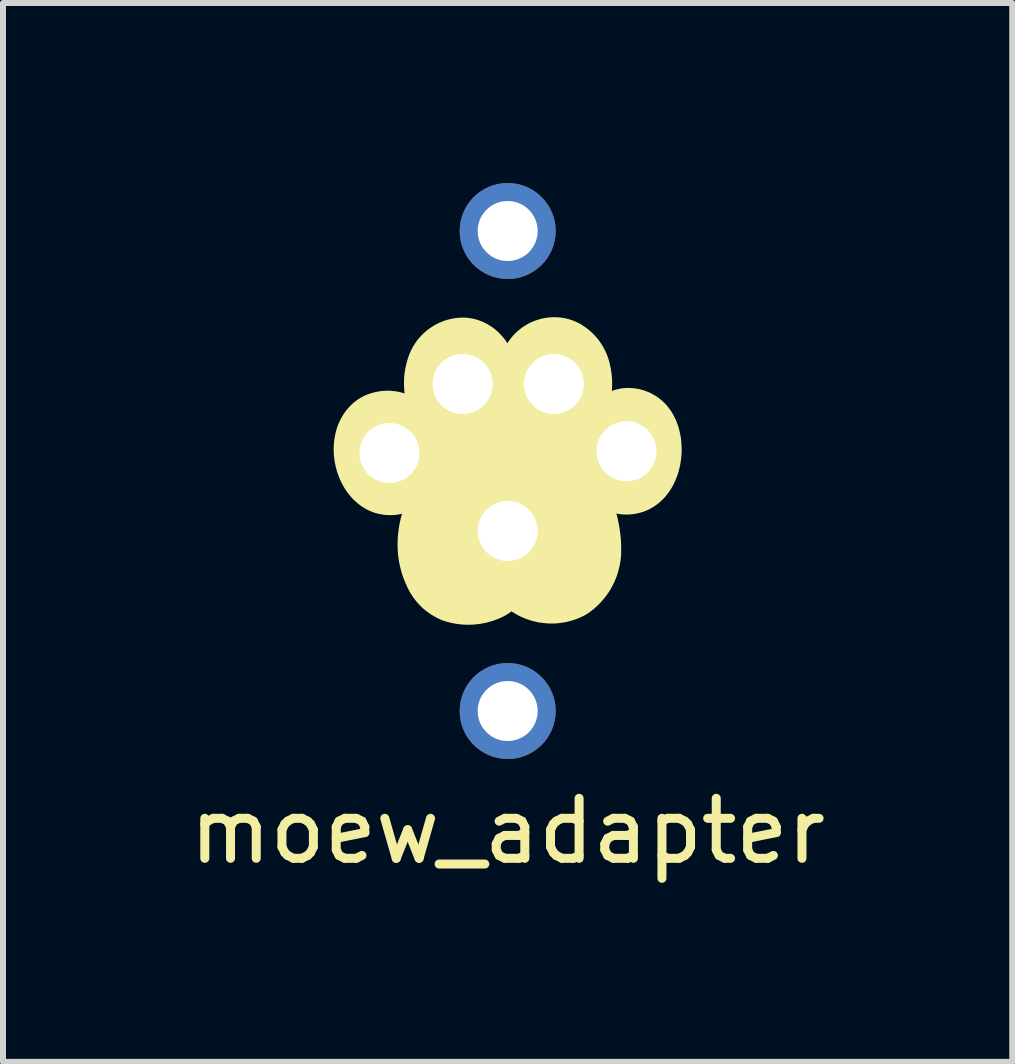
<source format=kicad_pcb>
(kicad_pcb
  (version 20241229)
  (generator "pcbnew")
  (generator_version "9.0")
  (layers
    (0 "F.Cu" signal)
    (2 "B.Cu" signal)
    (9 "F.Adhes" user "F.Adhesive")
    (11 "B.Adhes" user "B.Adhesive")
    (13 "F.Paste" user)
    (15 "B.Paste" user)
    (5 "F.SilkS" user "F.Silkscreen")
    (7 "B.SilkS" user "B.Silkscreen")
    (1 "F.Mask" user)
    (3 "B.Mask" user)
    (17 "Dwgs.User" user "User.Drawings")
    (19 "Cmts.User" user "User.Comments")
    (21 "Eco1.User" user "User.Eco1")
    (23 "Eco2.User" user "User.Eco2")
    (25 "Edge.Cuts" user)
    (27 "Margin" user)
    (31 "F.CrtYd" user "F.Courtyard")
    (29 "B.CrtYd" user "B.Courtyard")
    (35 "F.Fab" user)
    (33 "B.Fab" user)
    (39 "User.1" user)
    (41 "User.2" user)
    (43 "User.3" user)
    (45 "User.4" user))
  (footprint "moew_adapter"
    (layer "F.Cu")
    (at 5.411 4.8)
    (property "Reference" "moew_adapter" (at 0 6 0) (unlocked yes) (layer "F.SilkS") (effects (font (size 1 1) (thickness 0.15))))
    (attr smd)
    (fp_poly (pts (xy -1.283 -1.75) (xy -1.275 -1.774) (xy -1.267 -1.796) (xy -1.258 -1.818) (xy -1.248 -1.84) (xy -1.237 -1.861) (xy -1.225 -1.881) (xy -1.213 -1.901) (xy -1.2 -1.921) (xy -1.186 -1.939) (xy -1.171 -1.957) (xy -1.156 -1.975) (xy -1.139 -1.991) (xy -1.123 -2.007) (xy -1.105 -2.023) (xy -1.088 -2.037) (xy -1.069 -2.051) (xy -1.05 -2.064) (xy -1.03 -2.076) (xy -1.01 -2.088) (xy -0.99 -2.098) (xy -0.969 -2.108) (xy -0.947 -2.117) (xy -0.926 -2.125) (xy -0.904 -2.133) (xy -0.881 -2.139) (xy -0.858 -2.144) (xy -0.835 -2.149) (xy -0.812 -2.152) (xy -0.788 -2.155) (xy -0.764 -2.156) (xy -0.74 -2.157) (xy -0.716 -2.156) (xy -0.662 -2.148) (xy -0.611 -2.134) (xy -0.563 -2.115) (xy -0.518 -2.09) (xy -0.476 -2.062) (xy -0.436 -2.028) (xy -0.4 -1.991) (xy -0.367 -1.951) (xy -0.336 -1.907) (xy -0.309 -1.86) (xy -0.285 -1.81) (xy -0.264 -1.759) (xy -0.245 -1.705) (xy -0.23 -1.65) (xy -0.218 -1.594) (xy -0.21 -1.536) (xy -0.204 -1.479) (xy -0.202 -1.421) (xy -0.203 -1.363) (xy -0.207 -1.305) (xy -0.214 -1.249) (xy -0.225 -1.193) (xy -0.239 -1.139) (xy -0.256 -1.087) (xy -0.277 -1.037) (xy -0.301 -0.989) (xy -0.328 -0.945) (xy -0.359 -0.903) (xy -0.393 -0.865) (xy -0.431 -0.831) (xy -0.473 -0.801) (xy -0.517 -0.776) (xy -0.573 -0.751) (xy -0.627 -0.732) (xy -0.679 -0.719) (xy -0.73 -0.712) (xy -0.779 -0.709) (xy -0.826 -0.712) (xy -0.871 -0.719) (xy -0.915 -0.731) (xy -0.956 -0.748) (xy -0.996 -0.768) (xy -1.034 -0.792) (xy -1.069 -0.819) (xy -1.103 -0.85) (xy -1.134 -0.884) (xy -1.164 -0.921) (xy -1.191 -0.961) (xy -1.215 -1.002) (xy -1.238 -1.046) (xy -1.258 -1.092) (xy -1.276 -1.14) (xy -1.291 -1.189) (xy -1.304 -1.239) (xy -1.314 -1.29) (xy -1.321 -1.341) (xy -1.326 -1.393) (xy -1.328 -1.446) (xy -1.328 -1.498) (xy -1.325 -1.55) (xy -1.318 -1.601) (xy -1.309 -1.652) (xy -1.297 -1.702) (xy -1.283 -1.75)) (stroke (width 0.8) (type solid)) (fill yes) (layer "F.SilkS"))
    (fp_poly (pts (xy 1.502 -0.555) (xy 1.514 -0.593) (xy 1.528 -0.631) (xy 1.545 -0.667) (xy 1.564 -0.701) (xy 1.585 -0.734) (xy 1.609 -0.766) (xy 1.634 -0.796) (xy 1.661 -0.824) (xy 1.69 -0.85) (xy 1.72 -0.875) (xy 1.752 -0.897) (xy 1.786 -0.918) (xy 1.821 -0.936) (xy 1.857 -0.952) (xy 1.895 -0.966) (xy 1.933 -0.977) (xy 1.965 -0.982) (xy 1.997 -0.984) (xy 2.029 -0.984) (xy 2.061 -0.981) (xy 2.092 -0.977) (xy 2.123 -0.97) (xy 2.153 -0.961) (xy 2.182 -0.95) (xy 2.211 -0.937) (xy 2.238 -0.922) (xy 2.265 -0.906) (xy 2.29 -0.887) (xy 2.314 -0.866) (xy 2.337 -0.844) (xy 2.358 -0.82) (xy 2.378 -0.794) (xy 2.402 -0.758) (xy 2.423 -0.718) (xy 2.442 -0.677) (xy 2.458 -0.634) (xy 2.471 -0.589) (xy 2.482 -0.542) (xy 2.491 -0.495) (xy 2.496 -0.446) (xy 2.499 -0.397) (xy 2.5 -0.348) (xy 2.498 -0.298) (xy 2.493 -0.249) (xy 2.486 -0.199) (xy 2.476 -0.151) (xy 2.464 -0.103) (xy 2.45 -0.057) (xy 2.432 -0.012) (xy 2.413 0.031) (xy 2.391 0.073) (xy 2.366 0.112) (xy 2.339 0.149) (xy 2.309 0.183) (xy 2.277 0.214) (xy 2.243 0.241) (xy 2.206 0.266) (xy 2.167 0.286) (xy 2.125 0.303) (xy 2.081 0.315) (xy 2.035 0.323) (xy 1.986 0.326) (xy 1.935 0.324) (xy 1.881 0.316) (xy 1.845 0.308) (xy 1.811 0.298) (xy 1.779 0.286) (xy 1.748 0.271) (xy 1.719 0.255) (xy 1.691 0.237) (xy 1.665 0.217) (xy 1.641 0.195) (xy 1.618 0.172) (xy 1.597 0.147) (xy 1.577 0.122) (xy 1.559 0.094) (xy 1.543 0.066) (xy 1.528 0.037) (xy 1.514 0.006) (xy 1.502 -0.025) (xy 1.492 -0.057) (xy 1.482 -0.089) (xy 1.475 -0.122) (xy 1.469 -0.156) (xy 1.464 -0.19) (xy 1.461 -0.224) (xy 1.459 -0.258) (xy 1.458 -0.292) (xy 1.459 -0.326) (xy 1.461 -0.36) (xy 1.464 -0.394) (xy 1.469 -0.427) (xy 1.475 -0.46) (xy 1.483 -0.492) (xy 1.492 -0.524) (xy 1.502 -0.555)) (stroke (width 0.8) (type solid)) (fill yes) (layer "F.SilkS"))
    (fp_poly (pts (xy -2.156 0.29) (xy -2.191 0.27) (xy -2.225 0.246) (xy -2.257 0.22) (xy -2.288 0.192) (xy -2.316 0.161) (xy -2.343 0.128) (xy -2.368 0.093) (xy -2.39 0.056) (xy -2.411 0.017) (xy -2.43 -0.023) (xy -2.446 -0.064) (xy -2.461 -0.107) (xy -2.473 -0.15) (xy -2.483 -0.194) (xy -2.491 -0.238) (xy -2.496 -0.283) (xy -2.499 -0.328) (xy -2.5 -0.372) (xy -2.498 -0.417) (xy -2.494 -0.461) (xy -2.487 -0.504) (xy -2.478 -0.547) (xy -2.467 -0.588) (xy -2.452 -0.628) (xy -2.435 -0.667) (xy -2.415 -0.704) (xy -2.393 -0.739) (xy -2.368 -0.773) (xy -2.339 -0.804) (xy -2.309 -0.833) (xy -2.275 -0.859) (xy -2.238 -0.882) (xy -2.215 -0.893) (xy -2.192 -0.902) (xy -2.169 -0.911) (xy -2.146 -0.918) (xy -2.122 -0.924) (xy -2.099 -0.929) (xy -2.075 -0.933) (xy -2.051 -0.936) (xy -2.027 -0.938) (xy -2.004 -0.938) (xy -1.98 -0.938) (xy -1.956 -0.936) (xy -1.91 -0.93) (xy -1.864 -0.92) (xy -1.819 -0.905) (xy -1.775 -0.887) (xy -1.754 -0.876) (xy -1.734 -0.864) (xy -1.713 -0.852) (xy -1.694 -0.838) (xy -1.675 -0.824) (xy -1.656 -0.808) (xy -1.639 -0.792) (xy -1.621 -0.775) (xy -1.605 -0.757) (xy -1.589 -0.738) (xy -1.575 -0.718) (xy -1.56 -0.697) (xy -1.532 -0.651) (xy -1.508 -0.604) (xy -1.487 -0.555) (xy -1.47 -0.506) (xy -1.456 -0.455) (xy -1.446 -0.404) (xy -1.439 -0.353) (xy -1.436 -0.301) (xy -1.436 -0.249) (xy -1.44 -0.197) (xy -1.448 -0.146) (xy -1.459 -0.095) (xy -1.474 -0.044) (xy -1.493 0.005) (xy -1.515 0.054) (xy -1.54 0.101) (xy -1.55 0.115) (xy -1.56 0.129) (xy -1.571 0.143) (xy -1.582 0.156) (xy -1.593 0.169) (xy -1.605 0.181) (xy -1.617 0.193) (xy -1.63 0.205) (xy -1.643 0.216) (xy -1.657 0.226) (xy -1.67 0.237) (xy -1.684 0.246) (xy -1.699 0.256) (xy -1.714 0.264) (xy -1.729 0.273) (xy -1.744 0.281) (xy -1.768 0.293) (xy -1.793 0.304) (xy -1.818 0.313) (xy -1.844 0.321) (xy -1.87 0.327) (xy -1.896 0.331) (xy -1.922 0.334) (xy -1.949 0.336) (xy -1.975 0.335) (xy -2.002 0.334) (xy -2.028 0.33) (xy -2.054 0.325) (xy -2.08 0.319) (xy -2.106 0.311) (xy -2.131 0.301) (xy -2.156 0.29)) (stroke (width 0.8) (type solid)) (fill yes) (layer "F.SilkS"))
    (fp_poly (pts (xy 1.006 -2.107) (xy 1.035 -2.089) (xy 1.063 -2.07) (xy 1.089 -2.05) (xy 1.115 -2.029) (xy 1.139 -2.006) (xy 1.162 -1.982) (xy 1.184 -1.957) (xy 1.204 -1.931) (xy 1.223 -1.904) (xy 1.24 -1.876) (xy 1.256 -1.847) (xy 1.271 -1.818) (xy 1.284 -1.787) (xy 1.295 -1.756) (xy 1.305 -1.724) (xy 1.313 -1.691) (xy 1.323 -1.648) (xy 1.33 -1.604) (xy 1.336 -1.56) (xy 1.34 -1.516) (xy 1.341 -1.472) (xy 1.341 -1.428) (xy 1.339 -1.385) (xy 1.335 -1.341) (xy 1.329 -1.297) (xy 1.321 -1.254) (xy 1.311 -1.211) (xy 1.299 -1.169) (xy 1.286 -1.127) (xy 1.27 -1.086) (xy 1.253 -1.045) (xy 1.233 -1.005) (xy 1.219 -0.982) (xy 1.204 -0.96) (xy 1.188 -0.939) (xy 1.171 -0.919) (xy 1.153 -0.9) (xy 1.135 -0.882) (xy 1.116 -0.865) (xy 1.096 -0.849) (xy 1.075 -0.833) (xy 1.054 -0.819) (xy 1.032 -0.806) (xy 1.01 -0.794) (xy 0.987 -0.783) (xy 0.963 -0.774) (xy 0.94 -0.765) (xy 0.916 -0.757) (xy 0.891 -0.751) (xy 0.867 -0.745) (xy 0.842 -0.741) (xy 0.817 -0.738) (xy 0.791 -0.736) (xy 0.766 -0.735) (xy 0.74 -0.736) (xy 0.715 -0.737) (xy 0.689 -0.74) (xy 0.664 -0.744) (xy 0.639 -0.749) (xy 0.613 -0.756) (xy 0.588 -0.764) (xy 0.563 -0.773) (xy 0.539 -0.783) (xy 0.515 -0.795) (xy 0.48 -0.814) (xy 0.447 -0.836) (xy 0.417 -0.859) (xy 0.388 -0.884) (xy 0.362 -0.911) (xy 0.339 -0.939) (xy 0.317 -0.969) (xy 0.297 -1) (xy 0.279 -1.032) (xy 0.264 -1.066) (xy 0.25 -1.1) (xy 0.238 -1.136) (xy 0.228 -1.172) (xy 0.219 -1.209) (xy 0.212 -1.247) (xy 0.207 -1.285) (xy 0.204 -1.324) (xy 0.202 -1.363) (xy 0.202 -1.441) (xy 0.209 -1.52) (xy 0.221 -1.597) (xy 0.237 -1.673) (xy 0.259 -1.746) (xy 0.284 -1.815) (xy 0.314 -1.881) (xy 0.323 -1.899) (xy 0.334 -1.916) (xy 0.344 -1.933) (xy 0.356 -1.949) (xy 0.368 -1.965) (xy 0.38 -1.98) (xy 0.393 -1.995) (xy 0.407 -2.009) (xy 0.421 -2.023) (xy 0.436 -2.036) (xy 0.451 -2.048) (xy 0.466 -2.06) (xy 0.482 -2.072) (xy 0.498 -2.082) (xy 0.515 -2.092) (xy 0.532 -2.102) (xy 0.549 -2.111) (xy 0.567 -2.119) (xy 0.585 -2.126) (xy 0.603 -2.133) (xy 0.621 -2.139) (xy 0.64 -2.145) (xy 0.659 -2.15) (xy 0.678 -2.154) (xy 0.698 -2.157) (xy 0.717 -2.16) (xy 0.737 -2.162) (xy 0.757 -2.163) (xy 0.776 -2.163) (xy 0.797 -2.163) (xy 0.817 -2.162) (xy 0.837 -2.16) (xy 0.848 -2.158) (xy 0.859 -2.157) (xy 0.87 -2.155) (xy 0.881 -2.153) (xy 0.892 -2.15) (xy 0.903 -2.147) (xy 0.913 -2.144) (xy 0.924 -2.141) (xy 0.935 -2.138) (xy 0.945 -2.134) (xy 0.956 -2.13) (xy 0.966 -2.126) (xy 0.976 -2.121) (xy 0.986 -2.117) (xy 0.996 -2.112) (xy 1.006 -2.107)) (stroke (width 0.8) (type solid)) (fill yes) (layer "F.SilkS"))
    (fp_poly (pts (xy 0.036 1.917) (xy 0.03 1.917) (xy 0.019 1.918) (xy 0.008 1.92) (xy -0.003 1.921) (xy -0.013 1.924) (xy -0.023 1.927) (xy -0.033 1.93) (xy -0.043 1.934) (xy -0.053 1.938) (xy -0.072 1.948) (xy -0.09 1.958) (xy -0.108 1.97) (xy -0.126 1.983) (xy -0.196 2.034) (xy -0.214 2.046) (xy -0.233 2.058) (xy -0.252 2.068) (xy -0.261 2.073) (xy -0.271 2.077) (xy -0.31 2.094) (xy -0.35 2.109) (xy -0.39 2.122) (xy -0.431 2.134) (xy -0.472 2.143) (xy -0.513 2.151) (xy -0.554 2.156) (xy -0.596 2.16) (xy -0.638 2.162) (xy -0.68 2.162) (xy -0.722 2.16) (xy -0.764 2.156) (xy -0.806 2.15) (xy -0.847 2.142) (xy -0.888 2.132) (xy -0.929 2.121) (xy -0.961 2.108) (xy -0.991 2.094) (xy -1.021 2.078) (xy -1.049 2.061) (xy -1.077 2.043) (xy -1.104 2.023) (xy -1.13 2.003) (xy -1.155 1.981) (xy -1.178 1.957) (xy -1.201 1.933) (xy -1.222 1.908) (xy -1.243 1.881) (xy -1.261 1.854) (xy -1.279 1.825) (xy -1.295 1.796) (xy -1.31 1.766) (xy -1.341 1.698) (xy -1.367 1.63) (xy -1.389 1.561) (xy -1.406 1.492) (xy -1.42 1.423) (xy -1.429 1.354) (xy -1.434 1.284) (xy -1.435 1.215) (xy -1.433 1.146) (xy -1.427 1.078) (xy -1.418 1.009) (xy -1.406 0.941) (xy -1.39 0.873) (xy -1.371 0.806) (xy -1.324 0.674) (xy -1.267 0.545) (xy -1.2 0.42) (xy -1.124 0.299) (xy -1.04 0.183) (xy -0.948 0.073) (xy -0.851 -0.03) (xy -0.749 -0.127) (xy -0.643 -0.217) (xy -0.615 -0.241) (xy -0.586 -0.264) (xy -0.556 -0.287) (xy -0.526 -0.309) (xy -0.495 -0.33) (xy -0.464 -0.35) (xy -0.433 -0.369) (xy -0.4 -0.388) (xy -0.368 -0.406) (xy -0.335 -0.422) (xy -0.301 -0.438) (xy -0.267 -0.453) (xy -0.233 -0.468) (xy -0.198 -0.481) (xy -0.163 -0.493) (xy -0.128 -0.505) (xy -0.094 -0.512) (xy -0.059 -0.518) (xy -0.025 -0.521) (xy 0.009 -0.522) (xy 0.043 -0.521) (xy 0.077 -0.519) (xy 0.111 -0.515) (xy 0.145 -0.509) (xy 0.178 -0.501) (xy 0.212 -0.492) (xy 0.278 -0.47) (xy 0.344 -0.443) (xy 0.408 -0.411) (xy 0.471 -0.376) (xy 0.532 -0.337) (xy 0.592 -0.296) (xy 0.65 -0.253) (xy 0.706 -0.209) (xy 0.759 -0.165) (xy 0.859 -0.076) (xy 0.936 -0.006) (xy 1.008 0.067) (xy 1.076 0.145) (xy 1.139 0.225) (xy 1.197 0.309) (xy 1.25 0.396) (xy 1.299 0.485) (xy 1.342 0.578) (xy 1.38 0.672) (xy 1.412 0.768) (xy 1.44 0.866) (xy 1.461 0.966) (xy 1.477 1.067) (xy 1.488 1.17) (xy 1.492 1.273) (xy 1.491 1.377) (xy 1.486 1.428) (xy 1.478 1.479) (xy 1.467 1.529) (xy 1.454 1.578) (xy 1.438 1.626) (xy 1.419 1.673) (xy 1.397 1.719) (xy 1.373 1.763) (xy 1.346 1.806) (xy 1.317 1.847) (xy 1.285 1.886) (xy 1.251 1.924) (xy 1.215 1.96) (xy 1.176 1.994) (xy 1.136 2.025) (xy 1.093 2.054) (xy 1.045 2.077) (xy 0.996 2.096) (xy 0.946 2.112) (xy 0.895 2.125) (xy 0.843 2.134) (xy 0.792 2.14) (xy 0.74 2.142) (xy 0.688 2.141) (xy 0.636 2.136) (xy 0.585 2.129) (xy 0.534 2.117) (xy 0.484 2.103) (xy 0.435 2.085) (xy 0.387 2.064) (xy 0.34 2.04) (xy 0.294 2.012) (xy 0.28 2.002) (xy 0.265 1.993) (xy 0.25 1.984) (xy 0.235 1.976) (xy 0.219 1.968) (xy 0.204 1.96) (xy 0.188 1.954) (xy 0.171 1.947) (xy 0.155 1.942) (xy 0.138 1.937) (xy 0.122 1.932) (xy 0.105 1.928) (xy 0.088 1.924) (xy 0.071 1.922) (xy 0.053 1.919) (xy 0.036 1.917)) (stroke (width 0.8) (type solid)) (fill yes) (layer "F.SilkS"))
    (pad "1" thru_hole circle (at 0 1) (size 1.6 1.6) (drill 1) (layers "*.Cu" "*.Mask"))
    (pad "2" thru_hole custom (at -1.97 -0.3) (size 1 1) (drill 1) (layers "*.Cu" "*.Mask") (options (anchor circle)) (primitives (gr_poly (pts (xy 0.446 -0.421) (xy 0.431 -0.444) (xy 0.415 -0.466) (xy 0.398 -0.486) (xy 0.38 -0.506) (xy 0.361 -0.525) (xy 0.342 -0.542) (xy 0.322 -0.559) (xy 0.301 -0.575) (xy 0.28 -0.59) (xy 0.258 -0.603) (xy 0.235 -0.616) (xy 0.212 -0.627) (xy 0.189 -0.638) (xy 0.165 -0.647) (xy 0.141 -0.656) (xy 0.116 -0.663) (xy 0.091 -0.669) (xy 0.066 -0.674) (xy 0.041 -0.678) (xy 0.016 -0.681) (xy -0.01 -0.682) (xy -0.036 -0.683) (xy -0.062 -0.682) (xy -0.087 -0.68) (xy -0.113 -0.677) (xy -0.139 -0.672) (xy -0.165 -0.667) (xy -0.19 -0.66) (xy -0.216 -0.652) (xy -0.241 -0.643) (xy -0.265 -0.632) (xy -0.29 -0.62) (xy -0.308 -0.608) (xy -0.325 -0.596) (xy -0.342 -0.583) (xy -0.359 -0.569) (xy -0.375 -0.555) (xy -0.39 -0.54) (xy -0.405 -0.525) (xy -0.419 -0.509) (xy -0.433 -0.493) (xy -0.446 -0.477) (xy -0.458 -0.46) (xy -0.47 -0.443) (xy -0.482 -0.425) (xy -0.492 -0.407) (xy -0.503 -0.389) (xy -0.512 -0.371) (xy -0.521 -0.352) (xy -0.529 -0.332) (xy -0.537 -0.313) (xy -0.544 -0.293) (xy -0.55 -0.273) (xy -0.556 -0.253) (xy -0.561 -0.233) (xy -0.565 -0.212) (xy -0.569 -0.191) (xy -0.572 -0.17) (xy -0.574 -0.149) (xy -0.575 -0.128) (xy -0.576 -0.107) (xy -0.576 -0.085) (xy -0.575 -0.064) (xy -0.574 -0.042) (xy -0.573 0.009) (xy -0.569 0.059) (xy -0.561 0.109) (xy -0.551 0.158) (xy -0.537 0.206) (xy -0.52 0.252) (xy -0.501 0.298) (xy -0.478 0.342) (xy -0.453 0.385) (xy -0.425 0.426) (xy -0.395 0.465) (xy -0.362 0.502) (xy -0.326 0.537) (xy -0.288 0.57) (xy -0.248 0.601) (xy -0.206 0.629) (xy -0.193 0.635) (xy -0.181 0.641) (xy -0.169 0.646) (xy -0.156 0.651) (xy -0.143 0.656) (xy -0.13 0.66) (xy -0.117 0.663) (xy -0.104 0.667) (xy -0.091 0.67) (xy -0.078 0.672) (xy -0.064 0.675) (xy -0.051 0.676) (xy -0.037 0.678) (xy -0.024 0.679) (xy -0.01 0.679) (xy 0.004 0.68) (xy 0.038 0.678) (xy 0.073 0.674) (xy 0.107 0.668) (xy 0.14 0.66) (xy 0.173 0.65) (xy 0.205 0.638) (xy 0.236 0.625) (xy 0.266 0.609) (xy 0.296 0.592) (xy 0.324 0.573) (xy 0.351 0.552) (xy 0.377 0.53) (xy 0.401 0.506) (xy 0.425 0.48) (xy 0.446 0.454) (xy 0.467 0.425) (xy 0.494 0.375) (xy 0.517 0.324) (xy 0.537 0.271) (xy 0.553 0.218) (xy 0.565 0.164) (xy 0.573 0.109) (xy 0.578 0.054) (xy 0.578 -0.001) (xy 0.575 -0.056) (xy 0.568 -0.111) (xy 0.557 -0.165) (xy 0.542 -0.219) (xy 0.524 -0.271) (xy 0.502 -0.323) (xy 0.476 -0.373)) (width 0.1) (fill yes))))
    (pad "3" thru_hole custom (at -0.75 -1.45) (size 1 1) (drill 1) (layers "*.Cu" "*.Mask") (options (anchor circle)) (primitives (gr_poly (pts (xy -0.027 0.784) (xy -0.009 0.784) (xy 0.009 0.783) (xy 0.027 0.781) (xy 0.045 0.779) (xy 0.063 0.776) (xy 0.081 0.773) (xy 0.099 0.769) (xy 0.117 0.765) (xy 0.134 0.761) (xy 0.151 0.755) (xy 0.169 0.75) (xy 0.186 0.743) (xy 0.203 0.737) (xy 0.219 0.73) (xy 0.236 0.722) (xy 0.252 0.714) (xy 0.278 0.696) (xy 0.303 0.676) (xy 0.327 0.656) (xy 0.35 0.635) (xy 0.373 0.614) (xy 0.394 0.591) (xy 0.414 0.568) (xy 0.434 0.544) (xy 0.452 0.52) (xy 0.469 0.494) (xy 0.486 0.469) (xy 0.501 0.442) (xy 0.515 0.416) (xy 0.529 0.388) (xy 0.541 0.36) (xy 0.552 0.332) (xy 0.562 0.303) (xy 0.571 0.274) (xy 0.579 0.245) (xy 0.586 0.215) (xy 0.591 0.185) (xy 0.596 0.155) (xy 0.599 0.125) (xy 0.601 0.094) (xy 0.602 0.064) (xy 0.602 0.033) (xy 0.6 0.002) (xy 0.598 -0.029) (xy 0.594 -0.06) (xy 0.589 -0.091) (xy 0.582 -0.122) (xy 0.575 -0.153) (xy 0.572 -0.181) (xy 0.568 -0.208) (xy 0.564 -0.235) (xy 0.558 -0.262) (xy 0.551 -0.288) (xy 0.543 -0.314) (xy 0.533 -0.339) (xy 0.523 -0.364) (xy 0.512 -0.389) (xy 0.5 -0.413) (xy 0.473 -0.459) (xy 0.443 -0.502) (xy 0.409 -0.543) (xy 0.372 -0.581) (xy 0.332 -0.616) (xy 0.289 -0.648) (xy 0.267 -0.662) (xy 0.244 -0.676) (xy 0.22 -0.689) (xy 0.196 -0.701) (xy 0.171 -0.711) (xy 0.146 -0.721) (xy 0.12 -0.73) (xy 0.093 -0.738) (xy 0.066 -0.744) (xy 0.039 -0.75) (xy 0.013 -0.751) (xy -0.013 -0.75) (xy -0.039 -0.749) (xy -0.065 -0.747) (xy -0.09 -0.743) (xy -0.115 -0.738) (xy -0.164 -0.726) (xy -0.212 -0.71) (xy -0.258 -0.69) (xy -0.302 -0.666) (xy -0.343 -0.639) (xy -0.383 -0.608) (xy -0.42 -0.575) (xy -0.454 -0.538) (xy -0.485 -0.499) (xy -0.513 -0.456) (xy -0.525 -0.434) (xy -0.537 -0.411) (xy -0.548 -0.388) (xy -0.558 -0.364) (xy -0.566 -0.34) (xy -0.574 -0.315) (xy -0.594 -0.251) (xy -0.608 -0.186) (xy -0.618 -0.121) (xy -0.624 -0.056) (xy -0.625 0.009) (xy -0.621 0.074) (xy -0.614 0.138) (xy -0.602 0.202) (xy -0.585 0.265) (xy -0.565 0.326) (xy -0.54 0.386) (xy -0.511 0.444) (xy -0.479 0.501) (xy -0.442 0.556) (xy -0.401 0.608) (xy -0.356 0.657) (xy -0.339 0.672) (xy -0.321 0.686) (xy -0.303 0.699) (xy -0.284 0.712) (xy -0.265 0.723) (xy -0.245 0.733) (xy -0.224 0.743) (xy -0.204 0.752) (xy -0.182 0.759) (xy -0.161 0.766) (xy -0.139 0.771) (xy -0.117 0.776) (xy -0.095 0.78) (xy -0.073 0.782) (xy -0.05 0.784)) (width 0.1) (fill yes))))
    (pad "4" thru_hole custom (at 0.77 -1.45) (size 1 1) (drill 1) (layers "*.Cu" "*.Mask") (options (anchor circle)) (primitives (gr_poly (pts (xy -0.276 0.694) (xy -0.26 0.702) (xy -0.244 0.709) (xy -0.228 0.716) (xy -0.211 0.722) (xy -0.195 0.728) (xy -0.178 0.734) (xy -0.161 0.738) (xy -0.145 0.743) (xy -0.128 0.746) (xy -0.11 0.75) (xy -0.093 0.753) (xy -0.076 0.755) (xy -0.058 0.757) (xy -0.041 0.758) (xy -0.023 0.759) (xy -0.006 0.759) (xy 0.033 0.758) (xy 0.072 0.754) (xy 0.11 0.748) (xy 0.147 0.74) (xy 0.184 0.729) (xy 0.22 0.715) (xy 0.254 0.7) (xy 0.288 0.682) (xy 0.32 0.662) (xy 0.351 0.64) (xy 0.381 0.616) (xy 0.408 0.589) (xy 0.435 0.561) (xy 0.459 0.531) (xy 0.481 0.5) (xy 0.502 0.466) (xy 0.522 0.424) (xy 0.54 0.382) (xy 0.556 0.338) (xy 0.571 0.295) (xy 0.583 0.25) (xy 0.593 0.206) (xy 0.602 0.16) (xy 0.608 0.115) (xy 0.612 0.069) (xy 0.615 0.023) (xy 0.615 -0.022) (xy 0.613 -0.068) (xy 0.609 -0.114) (xy 0.604 -0.16) (xy 0.596 -0.206) (xy 0.586 -0.251) (xy 0.577 -0.286) (xy 0.567 -0.32) (xy 0.554 -0.354) (xy 0.54 -0.387) (xy 0.525 -0.419) (xy 0.508 -0.449) (xy 0.489 -0.479) (xy 0.469 -0.508) (xy 0.447 -0.536) (xy 0.424 -0.563) (xy 0.399 -0.588) (xy 0.373 -0.613) (xy 0.346 -0.635) (xy 0.317 -0.657) (xy 0.288 -0.677) (xy 0.257 -0.696) (xy 0.257 -0.696) (xy 0.246 -0.701) (xy 0.235 -0.707) (xy 0.224 -0.712) (xy 0.213 -0.717) (xy 0.202 -0.721) (xy 0.19 -0.725) (xy 0.179 -0.729) (xy 0.167 -0.733) (xy 0.156 -0.737) (xy 0.144 -0.74) (xy 0.132 -0.743) (xy 0.12 -0.746) (xy 0.108 -0.748) (xy 0.096 -0.75) (xy 0.084 -0.752) (xy 0.072 -0.754) (xy 0.029 -0.757) (xy -0.015 -0.757) (xy -0.058 -0.754) (xy -0.1 -0.747) (xy -0.141 -0.737) (xy -0.182 -0.725) (xy -0.221 -0.709) (xy -0.259 -0.691) (xy -0.296 -0.669) (xy -0.33 -0.646) (xy -0.363 -0.619) (xy -0.395 -0.59) (xy -0.424 -0.559) (xy -0.45 -0.525) (xy -0.474 -0.489) (xy -0.496 -0.45) (xy -0.525 -0.385) (xy -0.552 -0.315) (xy -0.574 -0.24) (xy -0.592 -0.162) (xy -0.605 -0.081) (xy -0.612 0.001) (xy -0.614 0.083) (xy -0.609 0.165) (xy -0.597 0.246) (xy -0.588 0.286) (xy -0.578 0.324) (xy -0.565 0.362) (xy -0.55 0.4) (xy -0.534 0.436) (xy -0.515 0.471) (xy -0.493 0.504) (xy -0.47 0.537) (xy -0.444 0.567) (xy -0.415 0.596) (xy -0.384 0.624) (xy -0.351 0.649) (xy -0.315 0.673)) (width 0.1) (fill yes))))
    (pad "5" thru_hole custom (at 1.98 -0.33) (size 1 1) (drill 1) (layers "*.Cu" "*.Mask") (options (anchor circle)) (primitives (gr_poly (pts (xy 0.434 -0.49) (xy 0.423 -0.504) (xy 0.412 -0.518) (xy 0.4 -0.532) (xy 0.389 -0.544) (xy 0.376 -0.557) (xy 0.364 -0.569) (xy 0.351 -0.58) (xy 0.337 -0.591) (xy 0.323 -0.602) (xy 0.309 -0.612) (xy 0.28 -0.63) (xy 0.25 -0.647) (xy 0.218 -0.661) (xy 0.186 -0.673) (xy 0.153 -0.682) (xy 0.12 -0.69) (xy 0.103 -0.693) (xy 0.085 -0.695) (xy 0.068 -0.696) (xy 0.051 -0.697) (xy 0.033 -0.698) (xy 0.016 -0.698) (xy -0.002 -0.697) (xy -0.019 -0.695) (xy -0.037 -0.693) (xy -0.055 -0.691) (xy -0.096 -0.679) (xy -0.137 -0.664) (xy -0.176 -0.648) (xy -0.213 -0.628) (xy -0.25 -0.606) (xy -0.284 -0.582) (xy -0.317 -0.556) (xy -0.348 -0.528) (xy -0.377 -0.498) (xy -0.405 -0.466) (xy -0.43 -0.432) (xy -0.453 -0.396) (xy -0.473 -0.359) (xy -0.491 -0.321) (xy -0.507 -0.281) (xy -0.52 -0.24) (xy -0.533 -0.198) (xy -0.544 -0.156) (xy -0.553 -0.113) (xy -0.56 -0.071) (xy -0.564 -0.028) (xy -0.567 0.015) (xy -0.567 0.058) (xy -0.564 0.101) (xy -0.56 0.144) (xy -0.553 0.186) (xy -0.545 0.228) (xy -0.534 0.27) (xy -0.521 0.311) (xy -0.505 0.352) (xy -0.488 0.392) (xy -0.468 0.431) (xy -0.454 0.456) (xy -0.437 0.48) (xy -0.42 0.503) (xy -0.402 0.525) (xy -0.382 0.546) (xy -0.361 0.565) (xy -0.34 0.584) (xy -0.317 0.601) (xy -0.293 0.617) (xy -0.269 0.632) (xy -0.243 0.645) (xy -0.217 0.657) (xy -0.191 0.667) (xy -0.163 0.676) (xy -0.135 0.684) (xy -0.107 0.69) (xy -0.094 0.692) (xy -0.08 0.694) (xy -0.067 0.696) (xy -0.053 0.697) (xy -0.04 0.698) (xy -0.026 0.699) (xy -0.012 0.7) (xy 0.001 0.7) (xy 0.035 0.699) (xy 0.067 0.695) (xy 0.1 0.69) (xy 0.132 0.682) (xy 0.163 0.673) (xy 0.193 0.661) (xy 0.223 0.648) (xy 0.251 0.632) (xy 0.279 0.615) (xy 0.305 0.596) (xy 0.33 0.576) (xy 0.354 0.554) (xy 0.376 0.53) (xy 0.397 0.504) (xy 0.416 0.477) (xy 0.434 0.449) (xy 0.465 0.394) (xy 0.491 0.338) (xy 0.514 0.28) (xy 0.532 0.221) (xy 0.546 0.161) (xy 0.556 0.101) (xy 0.563 0.04) (xy 0.565 -0.021) (xy 0.563 -0.081) (xy 0.556 -0.142) (xy 0.546 -0.202) (xy 0.532 -0.262) (xy 0.513 -0.321) (xy 0.491 -0.379) (xy 0.464 -0.435)) (width 0.1) (fill yes))))
    (pad "NC" thru_hole circle (at 0 -4) (size 1.6 1.6) (drill 1) (layers "*.Cu" "*.Mask"))
    (pad "NC" thru_hole circle (at 0 4) (size 1.6 1.6) (drill 1) (layers "*.Cu" "*.Mask")))
  (gr_rect
    (start -3 -3)
    (end 13.821 14.648)
    (stroke (width 0.1) (type default))
    (fill no)
    (layer "Edge.Cuts")))
</source>
